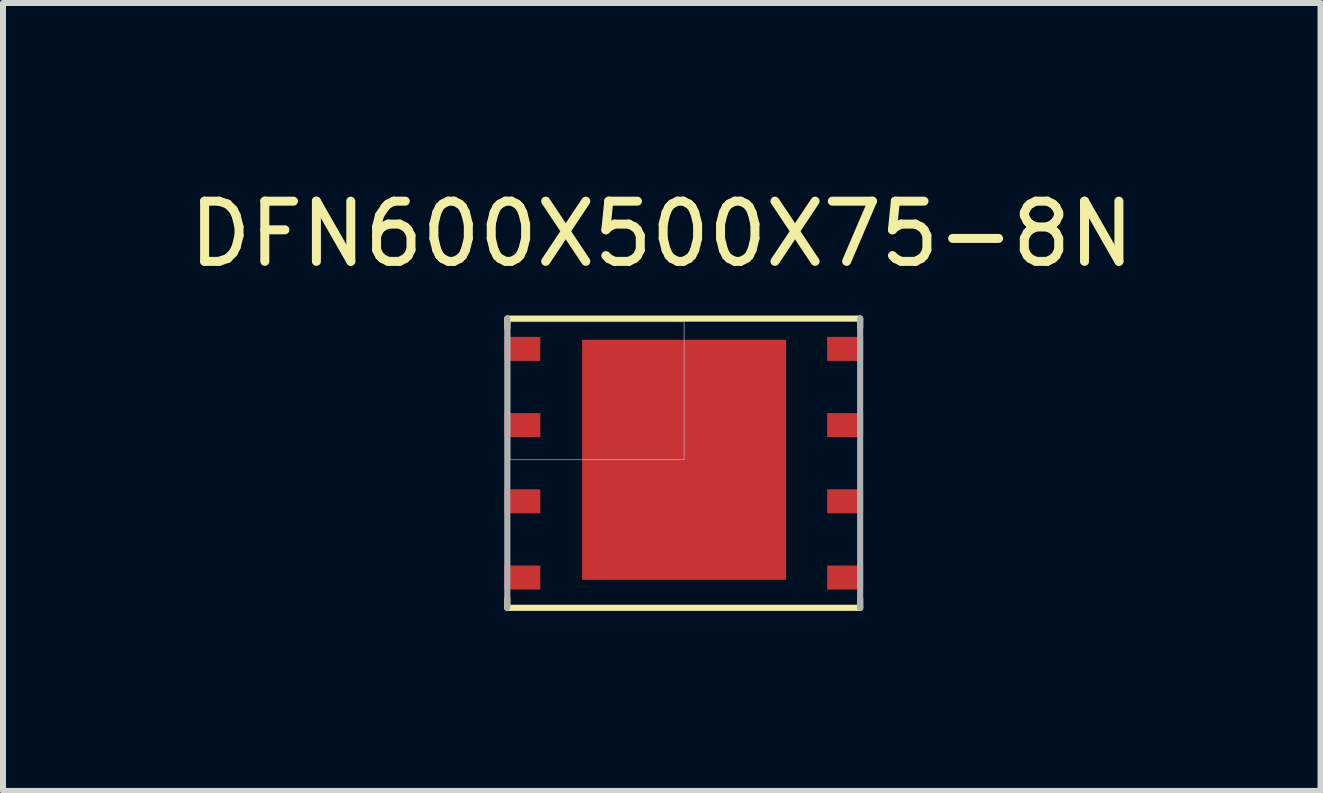
<source format=kicad_pcb>
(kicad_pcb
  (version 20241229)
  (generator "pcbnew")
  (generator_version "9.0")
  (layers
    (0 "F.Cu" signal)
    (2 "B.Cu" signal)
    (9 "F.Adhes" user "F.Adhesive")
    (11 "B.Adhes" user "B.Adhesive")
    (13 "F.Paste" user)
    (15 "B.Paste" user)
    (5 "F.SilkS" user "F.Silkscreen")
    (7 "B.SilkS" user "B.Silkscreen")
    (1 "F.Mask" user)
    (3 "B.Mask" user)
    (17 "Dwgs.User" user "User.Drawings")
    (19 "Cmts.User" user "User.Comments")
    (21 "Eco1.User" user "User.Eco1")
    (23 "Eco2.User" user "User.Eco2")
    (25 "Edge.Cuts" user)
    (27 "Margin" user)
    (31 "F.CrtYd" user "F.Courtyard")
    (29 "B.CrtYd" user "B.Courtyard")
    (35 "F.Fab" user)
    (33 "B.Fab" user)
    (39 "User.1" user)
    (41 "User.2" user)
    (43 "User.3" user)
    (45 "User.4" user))
  (footprint "DFN600X500X75-8N"
    (layer "F.Cu")
    (at 8.35 4.612)
    (property "Reference" "DFN600X500X75-8N" (at -0.372 -3.763 0) (layer "F.SilkS") (effects (font (size 1.003 1.003) (thickness 0.15))))
    (attr smd)
    (fp_line (start -2.946 -2.353) (end -2.946 -2.203) (stroke (width 0.102) (type solid)) (layer "F.SilkS"))
    (fp_line (start -2.946 -2.353) (end 2.934 -2.353) (stroke (width 0.102) (type solid)) (layer "F.SilkS"))
    (fp_line (start -2.946 2.467) (end -2.946 2.317) (stroke (width 0.102) (type solid)) (layer "F.SilkS"))
    (fp_line (start 2.934 -2.353) (end 2.934 -2.203) (stroke (width 0.102) (type solid)) (layer "F.SilkS"))
    (fp_line (start 2.934 2.467) (end -2.946 2.467) (stroke (width 0.102) (type solid)) (layer "F.SilkS"))
    (fp_line (start 2.934 2.467) (end 2.934 2.317) (stroke (width 0.102) (type solid)) (layer "F.SilkS"))
    (fp_poly (pts (xy -2.903 -2.3) (xy 0 -2.3) (xy 0 0) (xy -2.903 0)) (stroke (width 0.01) (type solid)) (fill no) (layer "Dwgs.User"))
    (fp_line (start -2.946 -2.353) (end -2.946 2.467) (stroke (width 0.102) (type solid)) (layer "F.Fab"))
    (fp_line (start 2.934 2.467) (end 2.934 -2.353) (stroke (width 0.102) (type solid)) (layer "F.Fab"))
    (pad "1" smd rect (at -2.696 -1.848) (size 0.6 0.4) (layers "F.Cu" "F.Mask" "F.Paste"))
    (pad "2" smd rect (at -2.696 -0.578) (size 0.6 0.4) (layers "F.Cu" "F.Mask" "F.Paste"))
    (pad "3" smd rect (at -2.696 0.692) (size 0.6 0.4) (layers "F.Cu" "F.Mask" "F.Paste"))
    (pad "4" smd rect (at -2.696 1.962) (size 0.6 0.4) (layers "F.Cu" "F.Mask" "F.Paste"))
    (pad "5" smd rect (at 2.684 1.962) (size 0.6 0.4) (layers "F.Cu" "F.Mask" "F.Paste"))
    (pad "6" smd rect (at 2.684 0.692) (size 0.6 0.4) (layers "F.Cu" "F.Mask" "F.Paste"))
    (pad "7" smd rect (at 2.684 -0.578) (size 0.6 0.4) (layers "F.Cu" "F.Mask" "F.Paste"))
    (pad "8" smd rect (at 2.684 -1.848) (size 0.6 0.4) (layers "F.Cu" "F.Mask" "F.Paste"))
    (pad "PAD" smd rect (at 0 0) (size 3.4 4) (layers "F.Cu" "F.Mask" "F.Paste")))
  (gr_rect
    (start -3 -3)
    (end 18.956 10.13)
    (stroke (width 0.1) (type default))
    (fill no)
    (layer "Edge.Cuts")))
</source>
